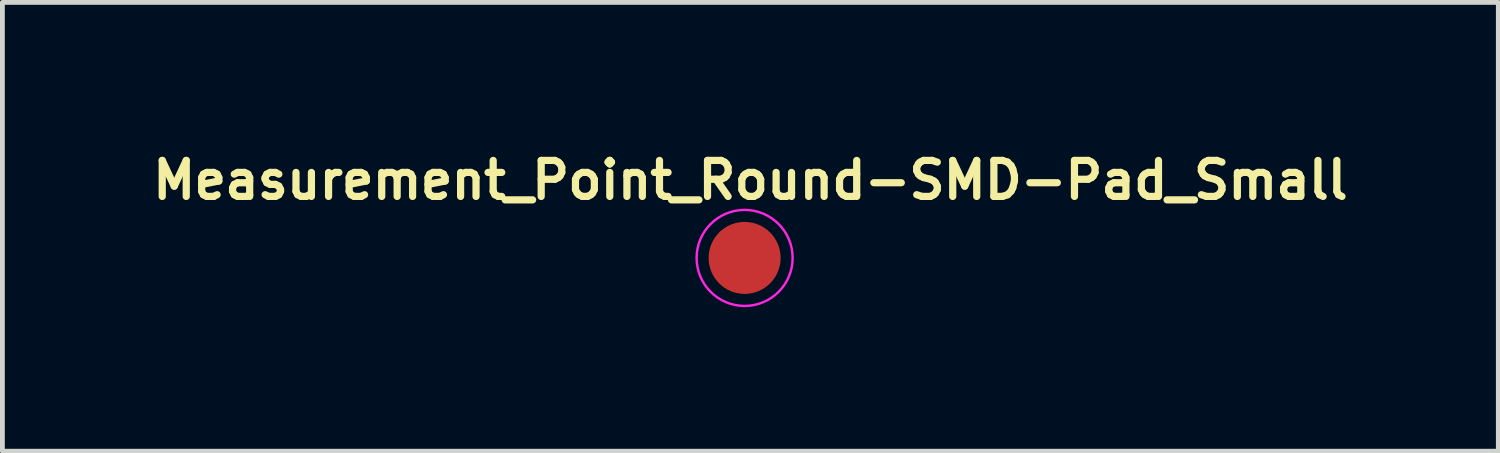
<source format=kicad_pcb>
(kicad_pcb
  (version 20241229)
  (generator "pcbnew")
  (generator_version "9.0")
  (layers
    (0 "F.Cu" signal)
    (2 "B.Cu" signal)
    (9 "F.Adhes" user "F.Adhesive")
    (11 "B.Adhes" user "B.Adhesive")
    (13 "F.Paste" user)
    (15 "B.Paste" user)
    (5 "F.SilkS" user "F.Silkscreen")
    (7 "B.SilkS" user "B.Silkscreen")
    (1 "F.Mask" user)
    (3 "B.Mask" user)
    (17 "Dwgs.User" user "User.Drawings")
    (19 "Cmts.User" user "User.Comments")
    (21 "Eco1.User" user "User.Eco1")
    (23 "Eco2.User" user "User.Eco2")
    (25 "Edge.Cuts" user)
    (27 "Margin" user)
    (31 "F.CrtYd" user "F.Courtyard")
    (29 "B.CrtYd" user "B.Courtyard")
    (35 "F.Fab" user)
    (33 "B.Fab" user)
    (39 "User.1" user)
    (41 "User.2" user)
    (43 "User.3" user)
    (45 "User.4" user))
  (footprint "Measurement_Point_Round-SMD-Pad_Small"
    (layer "F.Cu")
    (at 12.459 2.322)
    (property "Reference" "Measurement_Point_Round-SMD-Pad_Small" (at 0.12 -1.62 0) (layer "F.SilkS") (effects (font (size 0.75 0.75) (thickness 0.15))))
    (attr exclude_from_pos_files exclude_from_bom)
    (fp_circle (center 0 0) (end 1 0) (stroke (width 0.05) (type solid)) (fill no) (layer "F.CrtYd"))
    (pad "1" smd circle (at 0 0) (size 1.5 1.5) (layers "F.Cu" "F.Mask")))
  (gr_rect
    (start -3 -3)
    (end 28.157 6.347)
    (stroke (width 0.1) (type default))
    (fill no)
    (layer "Edge.Cuts")))
</source>
